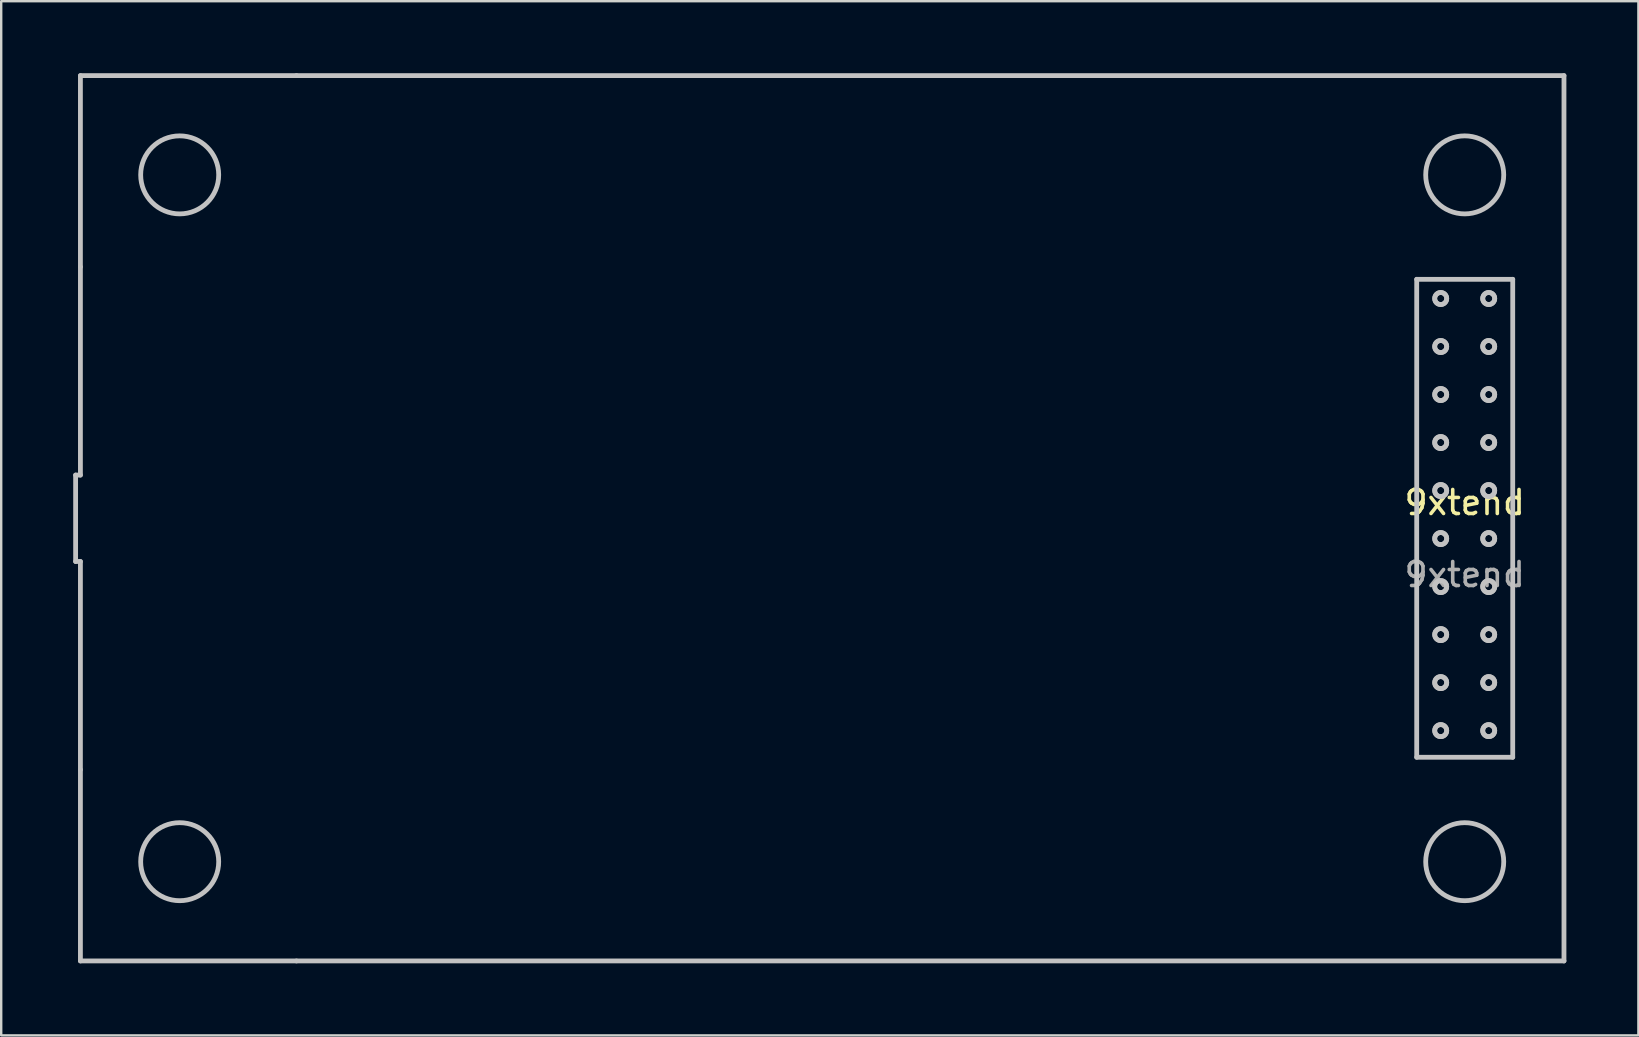
<source format=kicad_pcb>
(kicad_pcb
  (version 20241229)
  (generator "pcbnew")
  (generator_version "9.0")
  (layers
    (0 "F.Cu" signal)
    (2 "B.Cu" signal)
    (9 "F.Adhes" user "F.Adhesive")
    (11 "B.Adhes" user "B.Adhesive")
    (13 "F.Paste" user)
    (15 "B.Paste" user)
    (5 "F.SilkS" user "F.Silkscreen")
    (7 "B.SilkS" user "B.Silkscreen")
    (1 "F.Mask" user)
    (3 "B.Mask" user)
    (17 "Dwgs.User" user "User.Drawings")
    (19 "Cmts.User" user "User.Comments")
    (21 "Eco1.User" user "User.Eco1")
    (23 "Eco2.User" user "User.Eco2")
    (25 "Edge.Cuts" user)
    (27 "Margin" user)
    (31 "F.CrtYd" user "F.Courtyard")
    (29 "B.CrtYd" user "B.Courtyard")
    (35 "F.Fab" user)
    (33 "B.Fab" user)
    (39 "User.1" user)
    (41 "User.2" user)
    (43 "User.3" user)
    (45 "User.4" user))
  (footprint "9xtend"
    (layer "F.Cu")
    (at 57.965 18.385)
    (property "Reference" "9xtend" (at 0 -0.5 0) (unlocked yes) (layer "F.SilkS") (effects (font (size 1 1) (thickness 0.15))))
    (attr smd)
    (fp_line (start -57.865 -1.645) (end -57.865 1.955) (stroke (width 0.2) (type solid)) (layer "Dwgs.User"))
    (fp_line (start -57.865 1.955) (end -57.665 1.955) (stroke (width 0.2) (type solid)) (layer "Dwgs.User"))
    (fp_line (start -57.665 -18.285) (end -57.665 -10.317) (stroke (width 0.2) (type solid)) (layer "Dwgs.User"))
    (fp_line (start -57.665 -10.317) (end -57.665 -1.645) (stroke (width 0.2) (type solid)) (layer "Dwgs.User"))
    (fp_line (start -57.665 -1.645) (end -57.865 -1.645) (stroke (width 0.2) (type solid)) (layer "Dwgs.User"))
    (fp_line (start -57.665 1.955) (end -57.665 10.627) (stroke (width 0.2) (type solid)) (layer "Dwgs.User"))
    (fp_line (start -57.665 10.627) (end -57.665 18.595) (stroke (width 0.2) (type solid)) (layer "Dwgs.User"))
    (fp_line (start -57.665 18.595) (end -48.665 18.595) (stroke (width 0.2) (type solid)) (layer "Dwgs.User"))
    (fp_line (start -48.665 -18.285) (end -57.665 -18.285) (stroke (width 0.2) (type solid)) (layer "Dwgs.User"))
    (fp_line (start -48.665 18.595) (end 4.135 18.595) (stroke (width 0.2) (type solid)) (layer "Dwgs.User"))
    (fp_line (start -2 -9.8) (end -2 10.11) (stroke (width 0.2) (type solid)) (layer "Dwgs.User"))
    (fp_line (start -2 10.11) (end 2 10.11) (stroke (width 0.2) (type solid)) (layer "Dwgs.User"))
    (fp_line (start 2 -9.8) (end -2 -9.8) (stroke (width 0.2) (type solid)) (layer "Dwgs.User"))
    (fp_line (start 2 10.11) (end 2 -9.8) (stroke (width 0.2) (type solid)) (layer "Dwgs.User"))
    (fp_line (start 4.135 -18.285) (end -48.665 -18.285) (stroke (width 0.2) (type solid)) (layer "Dwgs.User"))
    (fp_line (start 4.135 18.595) (end 4.135 -18.285) (stroke (width 0.2) (type solid)) (layer "Dwgs.User"))
    (fp_circle (center -53.53 -14.15) (end -51.905 -14.15) (stroke (width 0.2) (type solid)) (fill no) (layer "Dwgs.User"))
    (fp_circle (center -53.53 14.46) (end -51.905 14.46) (stroke (width 0.2) (type solid)) (fill no) (layer "Dwgs.User"))
    (fp_circle (center -1 -9) (end -0.75 -9) (stroke (width 0.2) (type solid)) (fill no) (layer "Dwgs.User"))
    (fp_circle (center -1 -9) (end -0.75 -9) (stroke (width 0.2) (type solid)) (fill no) (layer "Dwgs.User"))
    (fp_circle (center -1 -7) (end -0.75 -7) (stroke (width 0.2) (type solid)) (fill no) (layer "Dwgs.User"))
    (fp_circle (center -1 -7) (end -0.75 -7) (stroke (width 0.2) (type solid)) (fill no) (layer "Dwgs.User"))
    (fp_circle (center -1 -5) (end -0.75 -5) (stroke (width 0.2) (type solid)) (fill no) (layer "Dwgs.User"))
    (fp_circle (center -1 -5) (end -0.75 -5) (stroke (width 0.2) (type solid)) (fill no) (layer "Dwgs.User"))
    (fp_circle (center -1 -3) (end -0.75 -3) (stroke (width 0.2) (type solid)) (fill no) (layer "Dwgs.User"))
    (fp_circle (center -1 -3) (end -0.75 -3) (stroke (width 0.2) (type solid)) (fill no) (layer "Dwgs.User"))
    (fp_circle (center -1 -1) (end -0.75 -1) (stroke (width 0.2) (type solid)) (fill no) (layer "Dwgs.User"))
    (fp_circle (center -1 -1) (end -0.75 -1) (stroke (width 0.2) (type solid)) (fill no) (layer "Dwgs.User"))
    (fp_circle (center -1 1) (end -0.75 1) (stroke (width 0.2) (type solid)) (fill no) (layer "Dwgs.User"))
    (fp_circle (center -1 1) (end -0.75 1) (stroke (width 0.2) (type solid)) (fill no) (layer "Dwgs.User"))
    (fp_circle (center -1 3) (end -0.75 3) (stroke (width 0.2) (type solid)) (fill no) (layer "Dwgs.User"))
    (fp_circle (center -1 3) (end -0.75 3) (stroke (width 0.2) (type solid)) (fill no) (layer "Dwgs.User"))
    (fp_circle (center -1 5) (end -0.75 5) (stroke (width 0.2) (type solid)) (fill no) (layer "Dwgs.User"))
    (fp_circle (center -1 5) (end -0.75 5) (stroke (width 0.2) (type solid)) (fill no) (layer "Dwgs.User"))
    (fp_circle (center -1 7) (end -0.75 7) (stroke (width 0.2) (type solid)) (fill no) (layer "Dwgs.User"))
    (fp_circle (center -1 7) (end -0.75 7) (stroke (width 0.2) (type solid)) (fill no) (layer "Dwgs.User"))
    (fp_circle (center -1 9) (end -0.75 9) (stroke (width 0.2) (type solid)) (fill no) (layer "Dwgs.User"))
    (fp_circle (center -1 9) (end -0.75 9) (stroke (width 0.2) (type solid)) (fill no) (layer "Dwgs.User"))
    (fp_circle (center 0 -14.15) (end 1.625 -14.15) (stroke (width 0.2) (type solid)) (fill no) (layer "Dwgs.User"))
    (fp_circle (center 0 14.46) (end 1.625 14.46) (stroke (width 0.2) (type solid)) (fill no) (layer "Dwgs.User"))
    (fp_circle (center 1 -9) (end 1.25 -9) (stroke (width 0.2) (type solid)) (fill no) (layer "Dwgs.User"))
    (fp_circle (center 1 -9) (end 1.25 -9) (stroke (width 0.2) (type solid)) (fill no) (layer "Dwgs.User"))
    (fp_circle (center 1 -7) (end 1.25 -7) (stroke (width 0.2) (type solid)) (fill no) (layer "Dwgs.User"))
    (fp_circle (center 1 -7) (end 1.25 -7) (stroke (width 0.2) (type solid)) (fill no) (layer "Dwgs.User"))
    (fp_circle (center 1 -5) (end 1.25 -5) (stroke (width 0.2) (type solid)) (fill no) (layer "Dwgs.User"))
    (fp_circle (center 1 -5) (end 1.25 -5) (stroke (width 0.2) (type solid)) (fill no) (layer "Dwgs.User"))
    (fp_circle (center 1 -3) (end 1.25 -3) (stroke (width 0.2) (type solid)) (fill no) (layer "Dwgs.User"))
    (fp_circle (center 1 -3) (end 1.25 -3) (stroke (width 0.2) (type solid)) (fill no) (layer "Dwgs.User"))
    (fp_circle (center 1 -1) (end 1.25 -1) (stroke (width 0.2) (type solid)) (fill no) (layer "Dwgs.User"))
    (fp_circle (center 1 -1) (end 1.25 -1) (stroke (width 0.2) (type solid)) (fill no) (layer "Dwgs.User"))
    (fp_circle (center 1 1) (end 1.25 1) (stroke (width 0.2) (type solid)) (fill no) (layer "Dwgs.User"))
    (fp_circle (center 1 1) (end 1.25 1) (stroke (width 0.2) (type solid)) (fill no) (layer "Dwgs.User"))
    (fp_circle (center 1 3) (end 1.25 3) (stroke (width 0.2) (type solid)) (fill no) (layer "Dwgs.User"))
    (fp_circle (center 1 3) (end 1.25 3) (stroke (width 0.2) (type solid)) (fill no) (layer "Dwgs.User"))
    (fp_circle (center 1 5) (end 1.25 5) (stroke (width 0.2) (type solid)) (fill no) (layer "Dwgs.User"))
    (fp_circle (center 1 5) (end 1.25 5) (stroke (width 0.2) (type solid)) (fill no) (layer "Dwgs.User"))
    (fp_circle (center 1 7) (end 1.25 7) (stroke (width 0.2) (type solid)) (fill no) (layer "Dwgs.User"))
    (fp_circle (center 1 7) (end 1.25 7) (stroke (width 0.2) (type solid)) (fill no) (layer "Dwgs.User"))
    (fp_circle (center 1 9) (end 1.25 9) (stroke (width 0.2) (type solid)) (fill no) (layer "Dwgs.User"))
    (fp_circle (center 1 9) (end 1.25 9) (stroke (width 0.2) (type solid)) (fill no) (layer "Dwgs.User"))
    (fp_text user "${REFERENCE}" (at 0 2.5 0) (unlocked yes) (layer "F.Fab") (effects (font (size 1 1) (thickness 0.15)))))
  (gr_rect
    (start -3 -3)
    (end 65.2 40.08)
    (stroke (width 0.1) (type default))
    (fill no)
    (layer "Edge.Cuts")))
</source>
